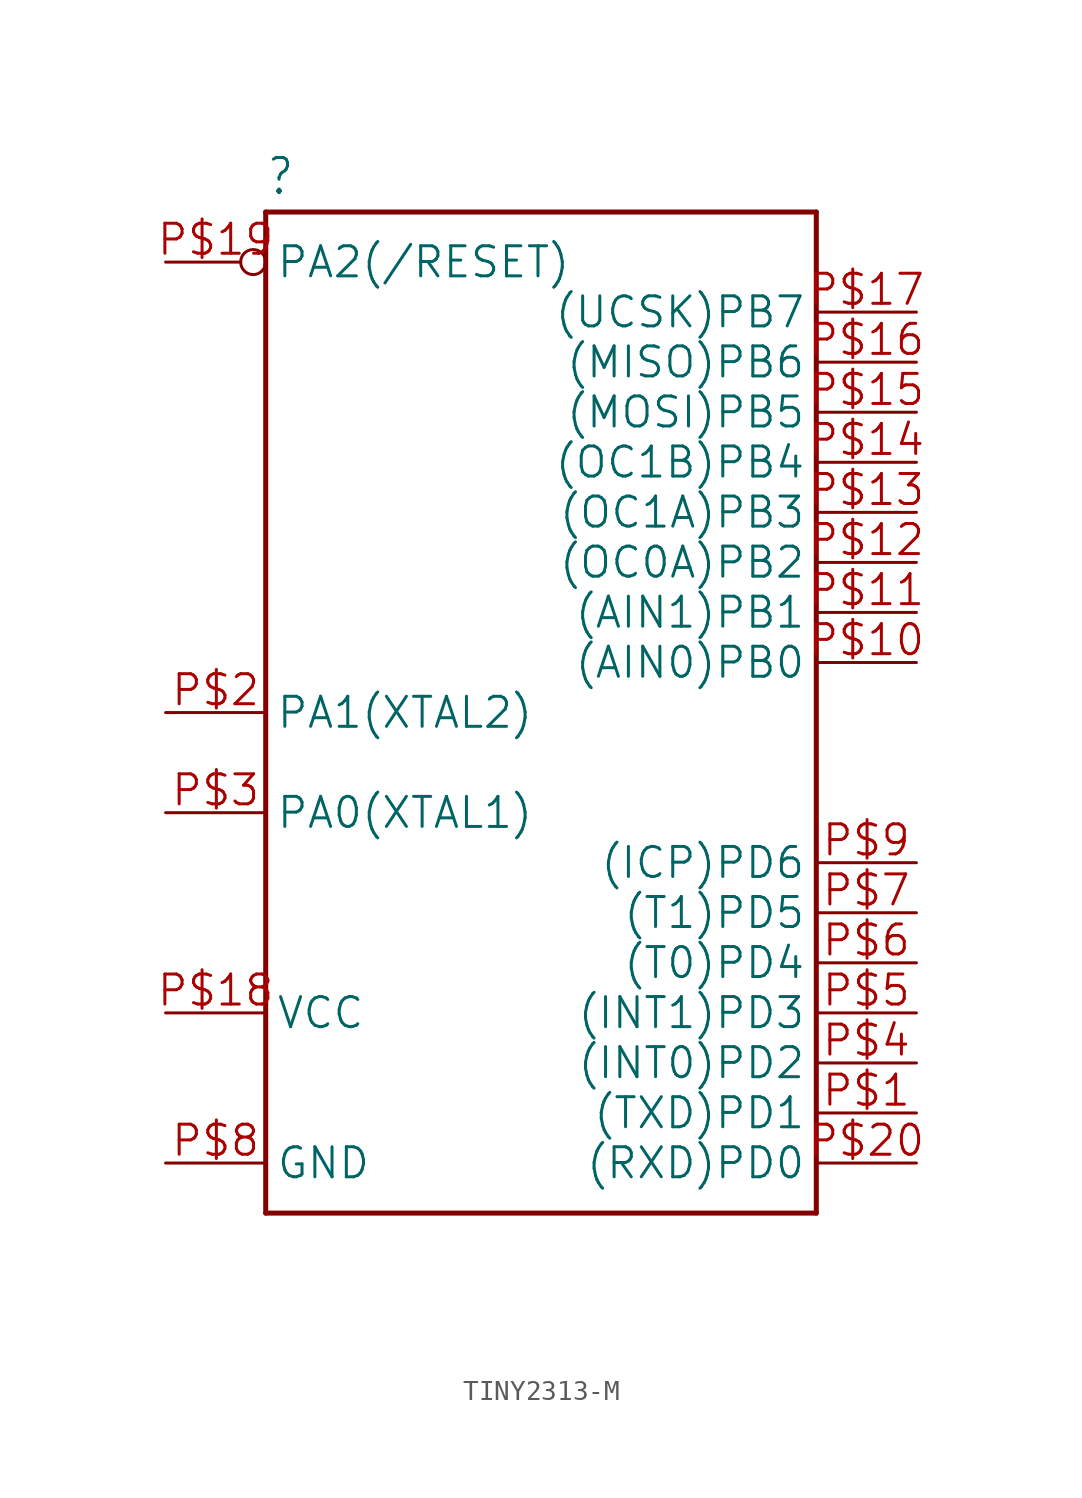
<source format=kicad_sym>
(kicad_symbol_lib
  (version 20241209)
  (generator "kicad_symbol_editor")
  (generator_version "9.0")
  (symbol "TINY2313-M"
    (property "Reference" ""
      (at -15.24 21.082 0)
      (effects (font (size 1.778 1.511)) (justify left bottom)))
    (property "Value" ""
      (at -15.24 -33.02 0)
      (effects (font (size 1.778 1.511)) (justify left bottom)))
    (property "ki_locked" ""
      (at 0 0 0)
      (effects (font (size 1.27 1.27))))
    (symbol "TINY2313-M_1_0"
      (polyline (pts (xy -15.24 20.32) (xy 12.7 20.32)) (stroke (width 0.254) (type solid)) (fill (type none)))
      (polyline (pts (xy -15.24 -30.48) (xy -15.24 20.32)) (stroke (width 0.254) (type solid)) (fill (type none)))
      (polyline (pts (xy 12.7 20.32) (xy 12.7 -30.48)) (stroke (width 0.254) (type solid)) (fill (type none)))
      (polyline (pts (xy 12.7 -30.48) (xy -15.24 -30.48)) (stroke (width 0.254) (type solid)) (fill (type none)))
      (pin input inverted (at -20.32 17.78 0) (length 5.08) (name "PA2(/RESET)" (effects (font (size 1.524 1.524)))) (number "P$19" (effects (font (size 1.524 1.524)))))
      (pin bidirectional line (at -20.32 -5.08 0) (length 5.08) (name "PA1(XTAL2)" (effects (font (size 1.524 1.524)))) (number "P$2" (effects (font (size 1.524 1.524)))))
      (pin bidirectional line (at -20.32 -10.16 0) (length 5.08) (name "PA0(XTAL1)" (effects (font (size 1.524 1.524)))) (number "P$3" (effects (font (size 1.524 1.524)))))
      (pin power_in line (at -20.32 -20.32 0) (length 5.08) (name "VCC" (effects (font (size 1.524 1.524)))) (number "P$18" (effects (font (size 1.524 1.524)))))
      (pin power_in line (at -20.32 -27.94 0) (length 5.08) (name "GND" (effects (font (size 1.524 1.524)))) (number "P$8" (effects (font (size 1.524 1.524)))))
      (pin bidirectional line (at 17.78 15.24 180) (length 5.08) (name "(UCSK)PB7" (effects (font (size 1.524 1.524)))) (number "P$17" (effects (font (size 1.524 1.524)))))
      (pin bidirectional line (at 17.78 12.7 180) (length 5.08) (name "(MISO)PB6" (effects (font (size 1.524 1.524)))) (number "P$16" (effects (font (size 1.524 1.524)))))
      (pin bidirectional line (at 17.78 10.16 180) (length 5.08) (name "(MOSI)PB5" (effects (font (size 1.524 1.524)))) (number "P$15" (effects (font (size 1.524 1.524)))))
      (pin bidirectional line (at 17.78 7.62 180) (length 5.08) (name "(OC1B)PB4" (effects (font (size 1.524 1.524)))) (number "P$14" (effects (font (size 1.524 1.524)))))
      (pin bidirectional line (at 17.78 5.08 180) (length 5.08) (name "(OC1A)PB3" (effects (font (size 1.524 1.524)))) (number "P$13" (effects (font (size 1.524 1.524)))))
      (pin bidirectional line (at 17.78 2.54 180) (length 5.08) (name "(OC0A)PB2" (effects (font (size 1.524 1.524)))) (number "P$12" (effects (font (size 1.524 1.524)))))
      (pin bidirectional line (at 17.78 0 180) (length 5.08) (name "(AIN1)PB1" (effects (font (size 1.524 1.524)))) (number "P$11" (effects (font (size 1.524 1.524)))))
      (pin bidirectional line (at 17.78 -2.54 180) (length 5.08) (name "(AIN0)PB0" (effects (font (size 1.524 1.524)))) (number "P$10" (effects (font (size 1.524 1.524)))))
      (pin bidirectional line (at 17.78 -12.7 180) (length 5.08) (name "(ICP)PD6" (effects (font (size 1.524 1.524)))) (number "P$9" (effects (font (size 1.524 1.524)))))
      (pin bidirectional line (at 17.78 -15.24 180) (length 5.08) (name "(T1)PD5" (effects (font (size 1.524 1.524)))) (number "P$7" (effects (font (size 1.524 1.524)))))
      (pin bidirectional line (at 17.78 -17.78 180) (length 5.08) (name "(T0)PD4" (effects (font (size 1.524 1.524)))) (number "P$6" (effects (font (size 1.524 1.524)))))
      (pin bidirectional line (at 17.78 -20.32 180) (length 5.08) (name "(INT1)PD3" (effects (font (size 1.524 1.524)))) (number "P$5" (effects (font (size 1.524 1.524)))))
      (pin bidirectional line (at 17.78 -22.86 180) (length 5.08) (name "(INT0)PD2" (effects (font (size 1.524 1.524)))) (number "P$4" (effects (font (size 1.524 1.524)))))
      (pin bidirectional line (at 17.78 -25.4 180) (length 5.08) (name "(TXD)PD1" (effects (font (size 1.524 1.524)))) (number "P$1" (effects (font (size 1.524 1.524)))))
      (pin bidirectional line (at 17.78 -27.94 180) (length 5.08) (name "(RXD)PD0" (effects (font (size 1.524 1.524)))) (number "P$20" (effects (font (size 1.524 1.524))))))))
</source>
